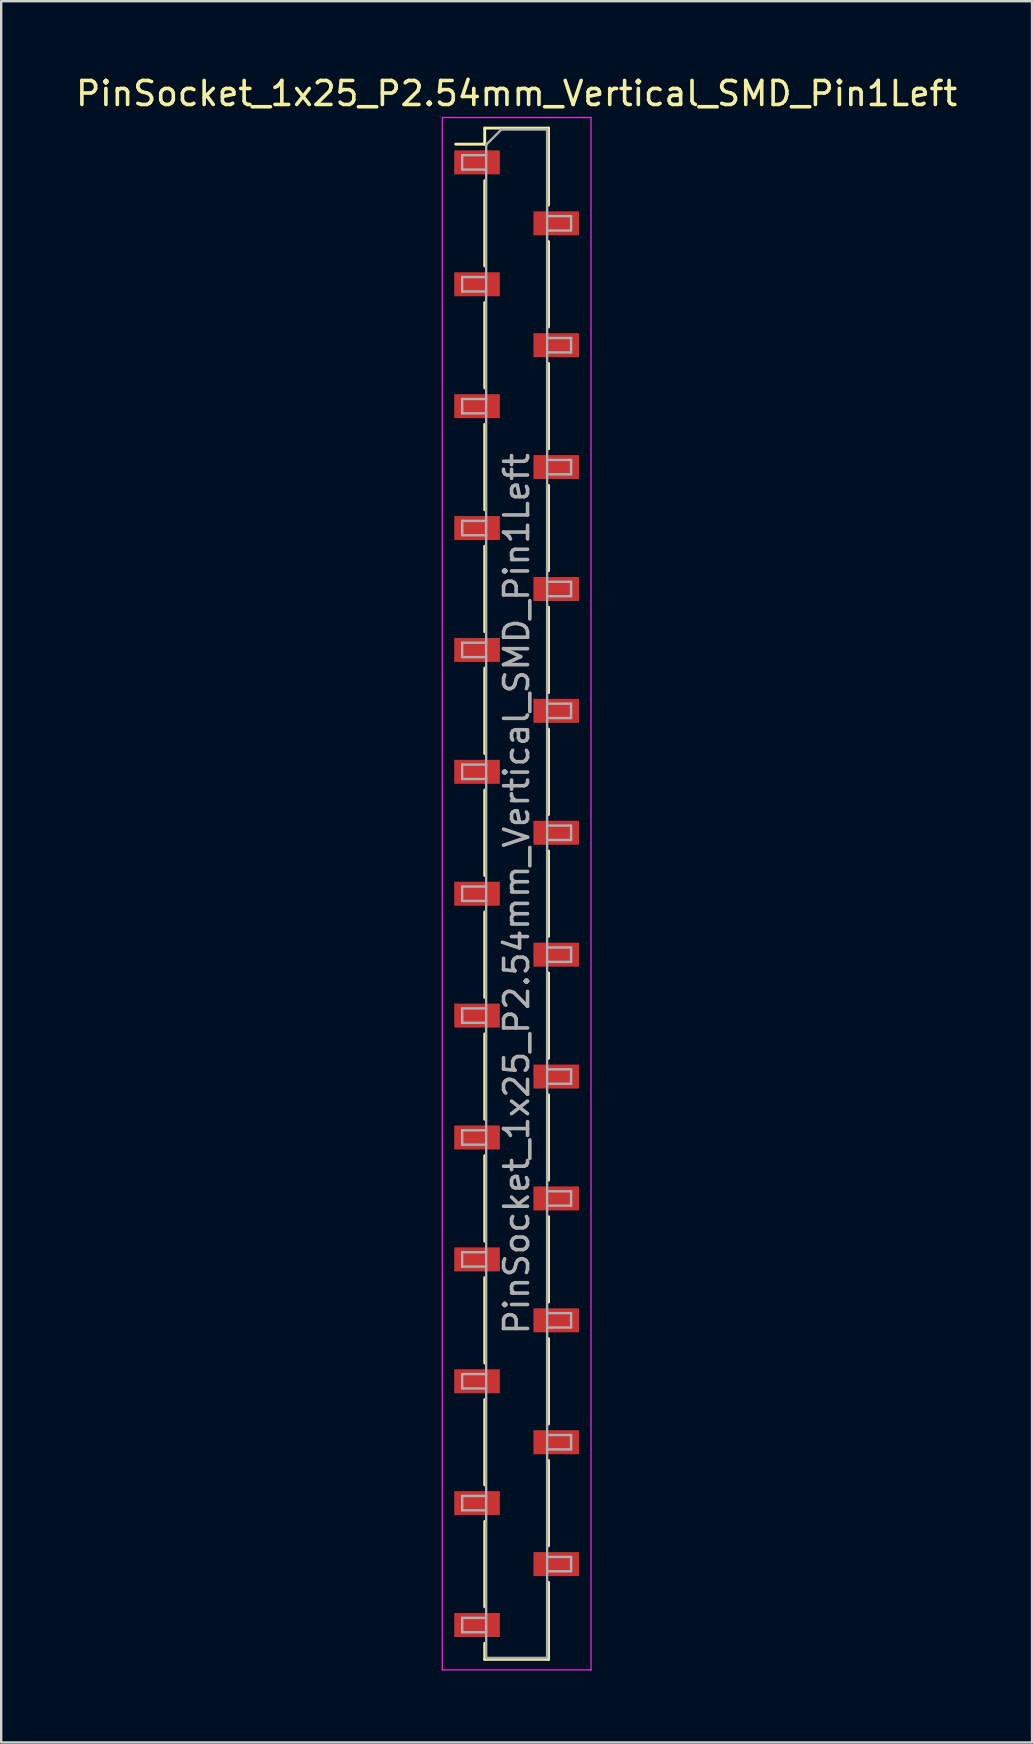
<source format=kicad_pcb>
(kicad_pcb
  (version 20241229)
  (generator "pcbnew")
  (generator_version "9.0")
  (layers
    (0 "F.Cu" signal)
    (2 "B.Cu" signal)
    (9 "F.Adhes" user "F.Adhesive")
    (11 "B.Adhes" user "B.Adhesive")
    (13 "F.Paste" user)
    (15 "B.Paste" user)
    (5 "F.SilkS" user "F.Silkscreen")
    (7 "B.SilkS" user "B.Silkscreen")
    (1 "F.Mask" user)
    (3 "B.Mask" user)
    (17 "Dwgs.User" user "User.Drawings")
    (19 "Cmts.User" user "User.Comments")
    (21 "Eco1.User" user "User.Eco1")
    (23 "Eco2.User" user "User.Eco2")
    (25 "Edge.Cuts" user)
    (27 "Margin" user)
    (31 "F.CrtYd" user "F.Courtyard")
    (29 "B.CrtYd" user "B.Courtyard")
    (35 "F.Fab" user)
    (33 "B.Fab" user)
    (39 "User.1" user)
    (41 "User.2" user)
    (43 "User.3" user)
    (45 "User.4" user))
  (footprint "PinSocket_1x25_P2.54mm_Vertical_SMD_Pin1Left"
    (layer "F.Cu")
    (at 18.482 34.198)
    (property "Reference" "PinSocket_1x25_P2.54mm_Vertical_SMD_Pin1Left" (at 0 -33.35 0) (layer "F.SilkS") (effects (font (size 1 1) (thickness 0.15))))
    (attr smd)
    (fp_line (start -2.54 -31.24) (end -1.33 -31.24) (stroke (width 0.12) (type solid)) (layer "F.SilkS"))
    (fp_line (start -1.33 -31.91) (end -1.33 -31.24) (stroke (width 0.12) (type solid)) (layer "F.SilkS"))
    (fp_line (start -1.33 -31.91) (end 1.33 -31.91) (stroke (width 0.12) (type solid)) (layer "F.SilkS"))
    (fp_line (start -1.33 -29.72) (end -1.33 -26.16) (stroke (width 0.12) (type solid)) (layer "F.SilkS"))
    (fp_line (start -1.33 -24.64) (end -1.33 -21.08) (stroke (width 0.12) (type solid)) (layer "F.SilkS"))
    (fp_line (start -1.33 -19.56) (end -1.33 -16) (stroke (width 0.12) (type solid)) (layer "F.SilkS"))
    (fp_line (start -1.33 -14.48) (end -1.33 -10.92) (stroke (width 0.12) (type solid)) (layer "F.SilkS"))
    (fp_line (start -1.33 -9.4) (end -1.33 -5.84) (stroke (width 0.12) (type solid)) (layer "F.SilkS"))
    (fp_line (start -1.33 -4.32) (end -1.33 -0.76) (stroke (width 0.12) (type solid)) (layer "F.SilkS"))
    (fp_line (start -1.33 0.76) (end -1.33 4.32) (stroke (width 0.12) (type solid)) (layer "F.SilkS"))
    (fp_line (start -1.33 5.84) (end -1.33 9.4) (stroke (width 0.12) (type solid)) (layer "F.SilkS"))
    (fp_line (start -1.33 10.92) (end -1.33 14.48) (stroke (width 0.12) (type solid)) (layer "F.SilkS"))
    (fp_line (start -1.33 16) (end -1.33 19.56) (stroke (width 0.12) (type solid)) (layer "F.SilkS"))
    (fp_line (start -1.33 21.08) (end -1.33 24.64) (stroke (width 0.12) (type solid)) (layer "F.SilkS"))
    (fp_line (start -1.33 26.16) (end -1.33 29.72) (stroke (width 0.12) (type solid)) (layer "F.SilkS"))
    (fp_line (start -1.33 31.24) (end -1.33 31.91) (stroke (width 0.12) (type solid)) (layer "F.SilkS"))
    (fp_line (start -1.33 31.91) (end 1.33 31.91) (stroke (width 0.12) (type solid)) (layer "F.SilkS"))
    (fp_line (start 1.33 -31.91) (end 1.33 -28.7) (stroke (width 0.12) (type solid)) (layer "F.SilkS"))
    (fp_line (start 1.33 -27.18) (end 1.33 -23.62) (stroke (width 0.12) (type solid)) (layer "F.SilkS"))
    (fp_line (start 1.33 -22.1) (end 1.33 -18.54) (stroke (width 0.12) (type solid)) (layer "F.SilkS"))
    (fp_line (start 1.33 -17.02) (end 1.33 -13.46) (stroke (width 0.12) (type solid)) (layer "F.SilkS"))
    (fp_line (start 1.33 -11.94) (end 1.33 -8.38) (stroke (width 0.12) (type solid)) (layer "F.SilkS"))
    (fp_line (start 1.33 -6.86) (end 1.33 -3.3) (stroke (width 0.12) (type solid)) (layer "F.SilkS"))
    (fp_line (start 1.33 -1.78) (end 1.33 1.78) (stroke (width 0.12) (type solid)) (layer "F.SilkS"))
    (fp_line (start 1.33 3.3) (end 1.33 6.86) (stroke (width 0.12) (type solid)) (layer "F.SilkS"))
    (fp_line (start 1.33 8.38) (end 1.33 11.94) (stroke (width 0.12) (type solid)) (layer "F.SilkS"))
    (fp_line (start 1.33 13.46) (end 1.33 17.02) (stroke (width 0.12) (type solid)) (layer "F.SilkS"))
    (fp_line (start 1.33 18.54) (end 1.33 22.1) (stroke (width 0.12) (type solid)) (layer "F.SilkS"))
    (fp_line (start 1.33 23.62) (end 1.33 27.18) (stroke (width 0.12) (type solid)) (layer "F.SilkS"))
    (fp_line (start 1.33 28.7) (end 1.33 31.91) (stroke (width 0.12) (type solid)) (layer "F.SilkS"))
    (fp_line (start -3.1 -32.35) (end 3.1 -32.35) (stroke (width 0.05) (type solid)) (layer "F.CrtYd"))
    (fp_line (start -3.1 32.35) (end -3.1 -32.35) (stroke (width 0.05) (type solid)) (layer "F.CrtYd"))
    (fp_line (start 3.1 -32.35) (end 3.1 32.35) (stroke (width 0.05) (type solid)) (layer "F.CrtYd"))
    (fp_line (start 3.1 32.35) (end -3.1 32.35) (stroke (width 0.05) (type solid)) (layer "F.CrtYd"))
    (fp_line (start -2.27 -30.78) (end -1.27 -30.78) (stroke (width 0.1) (type solid)) (layer "F.Fab"))
    (fp_line (start -2.27 -30.18) (end -2.27 -30.78) (stroke (width 0.1) (type solid)) (layer "F.Fab"))
    (fp_line (start -2.27 -25.7) (end -1.27 -25.7) (stroke (width 0.1) (type solid)) (layer "F.Fab"))
    (fp_line (start -2.27 -25.1) (end -2.27 -25.7) (stroke (width 0.1) (type solid)) (layer "F.Fab"))
    (fp_line (start -2.27 -20.62) (end -1.27 -20.62) (stroke (width 0.1) (type solid)) (layer "F.Fab"))
    (fp_line (start -2.27 -20.02) (end -2.27 -20.62) (stroke (width 0.1) (type solid)) (layer "F.Fab"))
    (fp_line (start -2.27 -15.54) (end -1.27 -15.54) (stroke (width 0.1) (type solid)) (layer "F.Fab"))
    (fp_line (start -2.27 -14.94) (end -2.27 -15.54) (stroke (width 0.1) (type solid)) (layer "F.Fab"))
    (fp_line (start -2.27 -10.46) (end -1.27 -10.46) (stroke (width 0.1) (type solid)) (layer "F.Fab"))
    (fp_line (start -2.27 -9.86) (end -2.27 -10.46) (stroke (width 0.1) (type solid)) (layer "F.Fab"))
    (fp_line (start -2.27 -5.38) (end -1.27 -5.38) (stroke (width 0.1) (type solid)) (layer "F.Fab"))
    (fp_line (start -2.27 -4.78) (end -2.27 -5.38) (stroke (width 0.1) (type solid)) (layer "F.Fab"))
    (fp_line (start -2.27 -0.3) (end -1.27 -0.3) (stroke (width 0.1) (type solid)) (layer "F.Fab"))
    (fp_line (start -2.27 0.3) (end -2.27 -0.3) (stroke (width 0.1) (type solid)) (layer "F.Fab"))
    (fp_line (start -2.27 4.78) (end -1.27 4.78) (stroke (width 0.1) (type solid)) (layer "F.Fab"))
    (fp_line (start -2.27 5.38) (end -2.27 4.78) (stroke (width 0.1) (type solid)) (layer "F.Fab"))
    (fp_line (start -2.27 9.86) (end -1.27 9.86) (stroke (width 0.1) (type solid)) (layer "F.Fab"))
    (fp_line (start -2.27 10.46) (end -2.27 9.86) (stroke (width 0.1) (type solid)) (layer "F.Fab"))
    (fp_line (start -2.27 14.94) (end -1.27 14.94) (stroke (width 0.1) (type solid)) (layer "F.Fab"))
    (fp_line (start -2.27 15.54) (end -2.27 14.94) (stroke (width 0.1) (type solid)) (layer "F.Fab"))
    (fp_line (start -2.27 20.02) (end -1.27 20.02) (stroke (width 0.1) (type solid)) (layer "F.Fab"))
    (fp_line (start -2.27 20.62) (end -2.27 20.02) (stroke (width 0.1) (type solid)) (layer "F.Fab"))
    (fp_line (start -2.27 25.1) (end -1.27 25.1) (stroke (width 0.1) (type solid)) (layer "F.Fab"))
    (fp_line (start -2.27 25.7) (end -2.27 25.1) (stroke (width 0.1) (type solid)) (layer "F.Fab"))
    (fp_line (start -2.27 30.18) (end -1.27 30.18) (stroke (width 0.1) (type solid)) (layer "F.Fab"))
    (fp_line (start -2.27 30.78) (end -2.27 30.18) (stroke (width 0.1) (type solid)) (layer "F.Fab"))
    (fp_line (start -1.27 -31.215) (end -0.635 -31.85) (stroke (width 0.1) (type solid)) (layer "F.Fab"))
    (fp_line (start -1.27 -30.18) (end -2.27 -30.18) (stroke (width 0.1) (type solid)) (layer "F.Fab"))
    (fp_line (start -1.27 -25.1) (end -2.27 -25.1) (stroke (width 0.1) (type solid)) (layer "F.Fab"))
    (fp_line (start -1.27 -20.02) (end -2.27 -20.02) (stroke (width 0.1) (type solid)) (layer "F.Fab"))
    (fp_line (start -1.27 -14.94) (end -2.27 -14.94) (stroke (width 0.1) (type solid)) (layer "F.Fab"))
    (fp_line (start -1.27 -9.86) (end -2.27 -9.86) (stroke (width 0.1) (type solid)) (layer "F.Fab"))
    (fp_line (start -1.27 -4.78) (end -2.27 -4.78) (stroke (width 0.1) (type solid)) (layer "F.Fab"))
    (fp_line (start -1.27 0.3) (end -2.27 0.3) (stroke (width 0.1) (type solid)) (layer "F.Fab"))
    (fp_line (start -1.27 5.38) (end -2.27 5.38) (stroke (width 0.1) (type solid)) (layer "F.Fab"))
    (fp_line (start -1.27 10.46) (end -2.27 10.46) (stroke (width 0.1) (type solid)) (layer "F.Fab"))
    (fp_line (start -1.27 15.54) (end -2.27 15.54) (stroke (width 0.1) (type solid)) (layer "F.Fab"))
    (fp_line (start -1.27 20.62) (end -2.27 20.62) (stroke (width 0.1) (type solid)) (layer "F.Fab"))
    (fp_line (start -1.27 25.7) (end -2.27 25.7) (stroke (width 0.1) (type solid)) (layer "F.Fab"))
    (fp_line (start -1.27 30.78) (end -2.27 30.78) (stroke (width 0.1) (type solid)) (layer "F.Fab"))
    (fp_line (start -1.27 31.85) (end -1.27 -31.215) (stroke (width 0.1) (type solid)) (layer "F.Fab"))
    (fp_line (start -0.635 -31.85) (end 1.27 -31.85) (stroke (width 0.1) (type solid)) (layer "F.Fab"))
    (fp_line (start 1.27 -31.85) (end 1.27 31.85) (stroke (width 0.1) (type solid)) (layer "F.Fab"))
    (fp_line (start 1.27 -28.24) (end 2.27 -28.24) (stroke (width 0.1) (type solid)) (layer "F.Fab"))
    (fp_line (start 1.27 -23.16) (end 2.27 -23.16) (stroke (width 0.1) (type solid)) (layer "F.Fab"))
    (fp_line (start 1.27 -18.08) (end 2.27 -18.08) (stroke (width 0.1) (type solid)) (layer "F.Fab"))
    (fp_line (start 1.27 -13) (end 2.27 -13) (stroke (width 0.1) (type solid)) (layer "F.Fab"))
    (fp_line (start 1.27 -7.92) (end 2.27 -7.92) (stroke (width 0.1) (type solid)) (layer "F.Fab"))
    (fp_line (start 1.27 -2.84) (end 2.27 -2.84) (stroke (width 0.1) (type solid)) (layer "F.Fab"))
    (fp_line (start 1.27 2.24) (end 2.27 2.24) (stroke (width 0.1) (type solid)) (layer "F.Fab"))
    (fp_line (start 1.27 7.32) (end 2.27 7.32) (stroke (width 0.1) (type solid)) (layer "F.Fab"))
    (fp_line (start 1.27 12.4) (end 2.27 12.4) (stroke (width 0.1) (type solid)) (layer "F.Fab"))
    (fp_line (start 1.27 17.48) (end 2.27 17.48) (stroke (width 0.1) (type solid)) (layer "F.Fab"))
    (fp_line (start 1.27 22.56) (end 2.27 22.56) (stroke (width 0.1) (type solid)) (layer "F.Fab"))
    (fp_line (start 1.27 27.64) (end 2.27 27.64) (stroke (width 0.1) (type solid)) (layer "F.Fab"))
    (fp_line (start 1.27 31.85) (end -1.27 31.85) (stroke (width 0.1) (type solid)) (layer "F.Fab"))
    (fp_line (start 2.27 -28.24) (end 2.27 -27.64) (stroke (width 0.1) (type solid)) (layer "F.Fab"))
    (fp_line (start 2.27 -27.64) (end 1.27 -27.64) (stroke (width 0.1) (type solid)) (layer "F.Fab"))
    (fp_line (start 2.27 -23.16) (end 2.27 -22.56) (stroke (width 0.1) (type solid)) (layer "F.Fab"))
    (fp_line (start 2.27 -22.56) (end 1.27 -22.56) (stroke (width 0.1) (type solid)) (layer "F.Fab"))
    (fp_line (start 2.27 -18.08) (end 2.27 -17.48) (stroke (width 0.1) (type solid)) (layer "F.Fab"))
    (fp_line (start 2.27 -17.48) (end 1.27 -17.48) (stroke (width 0.1) (type solid)) (layer "F.Fab"))
    (fp_line (start 2.27 -13) (end 2.27 -12.4) (stroke (width 0.1) (type solid)) (layer "F.Fab"))
    (fp_line (start 2.27 -12.4) (end 1.27 -12.4) (stroke (width 0.1) (type solid)) (layer "F.Fab"))
    (fp_line (start 2.27 -7.92) (end 2.27 -7.32) (stroke (width 0.1) (type solid)) (layer "F.Fab"))
    (fp_line (start 2.27 -7.32) (end 1.27 -7.32) (stroke (width 0.1) (type solid)) (layer "F.Fab"))
    (fp_line (start 2.27 -2.84) (end 2.27 -2.24) (stroke (width 0.1) (type solid)) (layer "F.Fab"))
    (fp_line (start 2.27 -2.24) (end 1.27 -2.24) (stroke (width 0.1) (type solid)) (layer "F.Fab"))
    (fp_line (start 2.27 2.24) (end 2.27 2.84) (stroke (width 0.1) (type solid)) (layer "F.Fab"))
    (fp_line (start 2.27 2.84) (end 1.27 2.84) (stroke (width 0.1) (type solid)) (layer "F.Fab"))
    (fp_line (start 2.27 7.32) (end 2.27 7.92) (stroke (width 0.1) (type solid)) (layer "F.Fab"))
    (fp_line (start 2.27 7.92) (end 1.27 7.92) (stroke (width 0.1) (type solid)) (layer "F.Fab"))
    (fp_line (start 2.27 12.4) (end 2.27 13) (stroke (width 0.1) (type solid)) (layer "F.Fab"))
    (fp_line (start 2.27 13) (end 1.27 13) (stroke (width 0.1) (type solid)) (layer "F.Fab"))
    (fp_line (start 2.27 17.48) (end 2.27 18.08) (stroke (width 0.1) (type solid)) (layer "F.Fab"))
    (fp_line (start 2.27 18.08) (end 1.27 18.08) (stroke (width 0.1) (type solid)) (layer "F.Fab"))
    (fp_line (start 2.27 22.56) (end 2.27 23.16) (stroke (width 0.1) (type solid)) (layer "F.Fab"))
    (fp_line (start 2.27 23.16) (end 1.27 23.16) (stroke (width 0.1) (type solid)) (layer "F.Fab"))
    (fp_line (start 2.27 27.64) (end 2.27 28.24) (stroke (width 0.1) (type solid)) (layer "F.Fab"))
    (fp_line (start 2.27 28.24) (end 1.27 28.24) (stroke (width 0.1) (type solid)) (layer "F.Fab"))
    (fp_text user "${REFERENCE}" (at 0 0 90) (layer "F.Fab") (effects (font (size 1 1) (thickness 0.15))))
    (pad "1" smd rect (at -1.65 -30.48) (size 1.9 1) (layers "F.Cu" "F.Mask" "F.Paste"))
    (pad "2" smd rect (at 1.65 -27.94) (size 1.9 1) (layers "F.Cu" "F.Mask" "F.Paste"))
    (pad "3" smd rect (at -1.65 -25.4) (size 1.9 1) (layers "F.Cu" "F.Mask" "F.Paste"))
    (pad "4" smd rect (at 1.65 -22.86) (size 1.9 1) (layers "F.Cu" "F.Mask" "F.Paste"))
    (pad "5" smd rect (at -1.65 -20.32) (size 1.9 1) (layers "F.Cu" "F.Mask" "F.Paste"))
    (pad "6" smd rect (at 1.65 -17.78) (size 1.9 1) (layers "F.Cu" "F.Mask" "F.Paste"))
    (pad "7" smd rect (at -1.65 -15.24) (size 1.9 1) (layers "F.Cu" "F.Mask" "F.Paste"))
    (pad "8" smd rect (at 1.65 -12.7) (size 1.9 1) (layers "F.Cu" "F.Mask" "F.Paste"))
    (pad "9" smd rect (at -1.65 -10.16) (size 1.9 1) (layers "F.Cu" "F.Mask" "F.Paste"))
    (pad "10" smd rect (at 1.65 -7.62) (size 1.9 1) (layers "F.Cu" "F.Mask" "F.Paste"))
    (pad "11" smd rect (at -1.65 -5.08) (size 1.9 1) (layers "F.Cu" "F.Mask" "F.Paste"))
    (pad "12" smd rect (at 1.65 -2.54) (size 1.9 1) (layers "F.Cu" "F.Mask" "F.Paste"))
    (pad "13" smd rect (at -1.65 0) (size 1.9 1) (layers "F.Cu" "F.Mask" "F.Paste"))
    (pad "14" smd rect (at 1.65 2.54) (size 1.9 1) (layers "F.Cu" "F.Mask" "F.Paste"))
    (pad "15" smd rect (at -1.65 5.08) (size 1.9 1) (layers "F.Cu" "F.Mask" "F.Paste"))
    (pad "16" smd rect (at 1.65 7.62) (size 1.9 1) (layers "F.Cu" "F.Mask" "F.Paste"))
    (pad "17" smd rect (at -1.65 10.16) (size 1.9 1) (layers "F.Cu" "F.Mask" "F.Paste"))
    (pad "18" smd rect (at 1.65 12.7) (size 1.9 1) (layers "F.Cu" "F.Mask" "F.Paste"))
    (pad "19" smd rect (at -1.65 15.24) (size 1.9 1) (layers "F.Cu" "F.Mask" "F.Paste"))
    (pad "20" smd rect (at 1.65 17.78) (size 1.9 1) (layers "F.Cu" "F.Mask" "F.Paste"))
    (pad "21" smd rect (at -1.65 20.32) (size 1.9 1) (layers "F.Cu" "F.Mask" "F.Paste"))
    (pad "22" smd rect (at 1.65 22.86) (size 1.9 1) (layers "F.Cu" "F.Mask" "F.Paste"))
    (pad "23" smd rect (at -1.65 25.4) (size 1.9 1) (layers "F.Cu" "F.Mask" "F.Paste"))
    (pad "24" smd rect (at 1.65 27.94) (size 1.9 1) (layers "F.Cu" "F.Mask" "F.Paste"))
    (pad "25" smd rect (at -1.65 30.48) (size 1.9 1) (layers "F.Cu" "F.Mask" "F.Paste")))
  (gr_rect
    (start -3 -3)
    (end 39.964 69.573)
    (stroke (width 0.1) (type default))
    (fill no)
    (layer "Edge.Cuts")))
</source>
